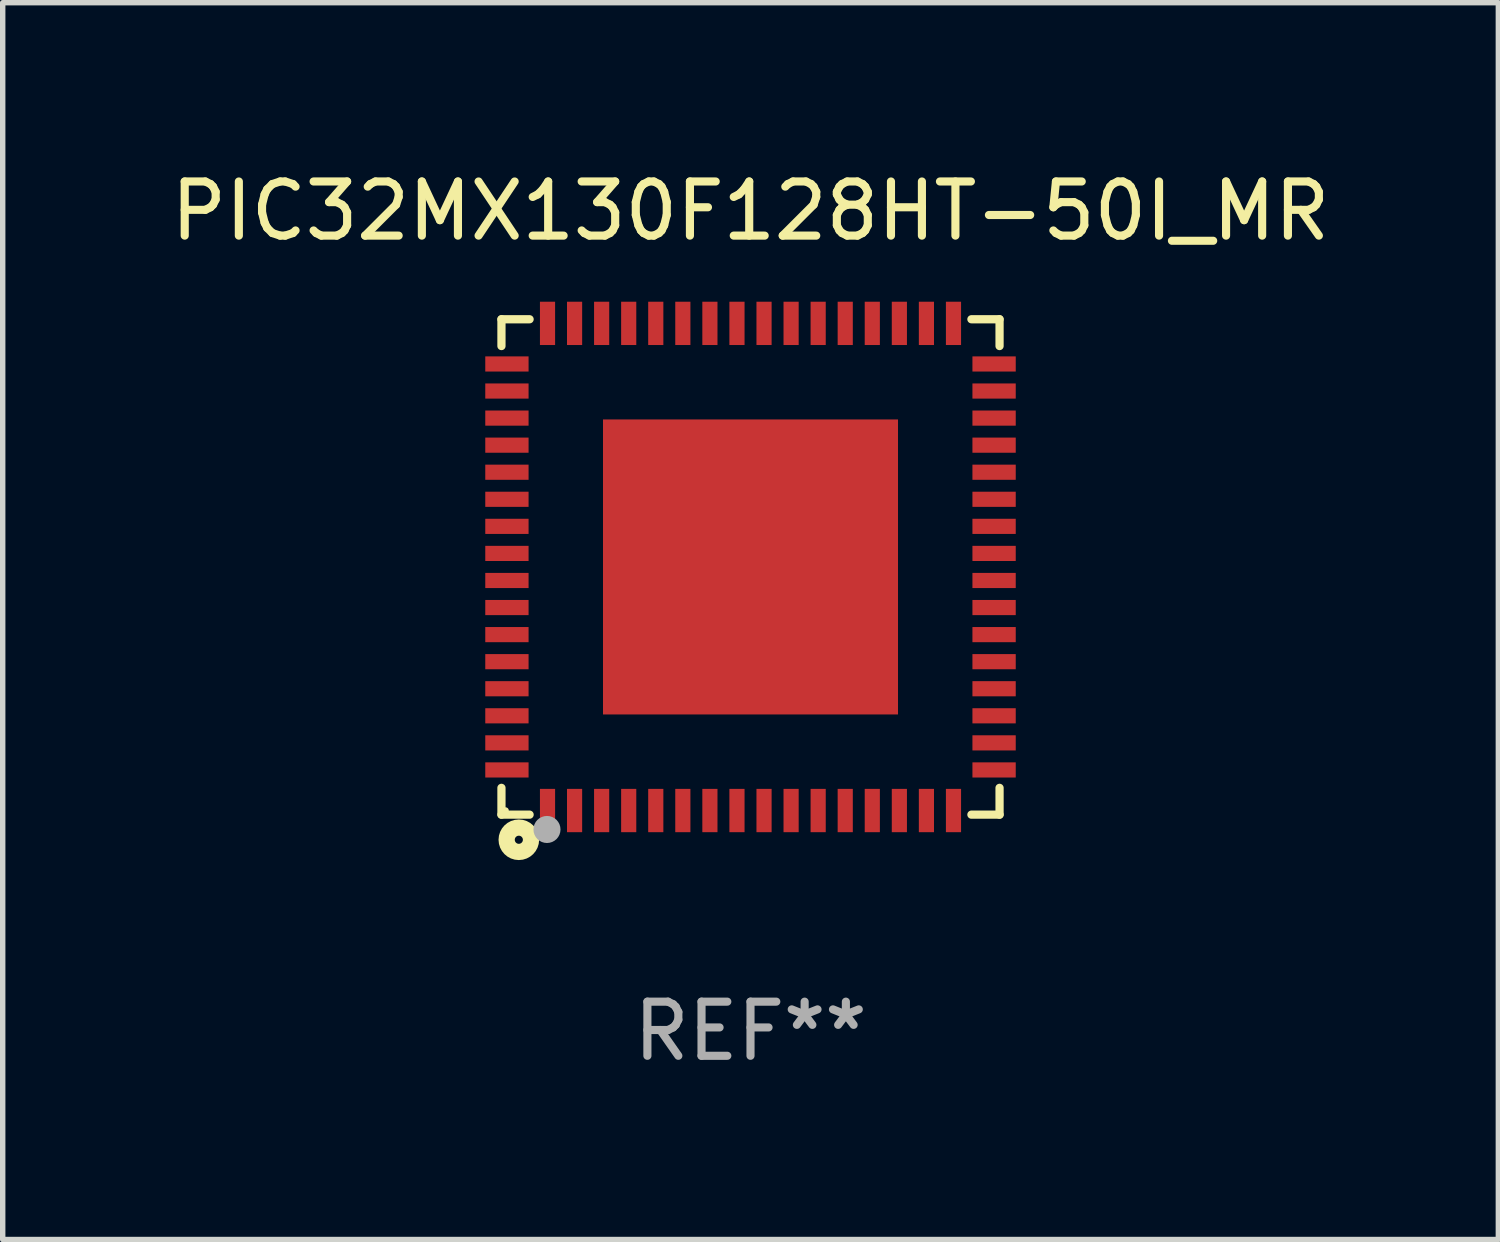
<source format=kicad_pcb>
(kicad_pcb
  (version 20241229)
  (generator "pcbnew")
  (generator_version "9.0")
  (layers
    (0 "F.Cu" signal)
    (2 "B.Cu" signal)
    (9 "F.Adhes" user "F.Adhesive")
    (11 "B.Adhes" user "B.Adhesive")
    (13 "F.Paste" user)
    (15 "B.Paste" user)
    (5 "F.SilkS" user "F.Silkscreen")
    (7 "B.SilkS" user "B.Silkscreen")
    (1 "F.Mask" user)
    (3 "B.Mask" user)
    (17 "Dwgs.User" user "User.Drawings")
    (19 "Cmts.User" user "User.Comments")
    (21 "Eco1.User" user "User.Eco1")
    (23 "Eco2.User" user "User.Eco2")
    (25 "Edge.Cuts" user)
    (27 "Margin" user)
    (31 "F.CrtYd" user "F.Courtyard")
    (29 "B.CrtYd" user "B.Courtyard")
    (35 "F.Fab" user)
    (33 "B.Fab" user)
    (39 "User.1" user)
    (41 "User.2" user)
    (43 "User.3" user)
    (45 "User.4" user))
  (footprint "PIC32MX130F128HT-50I_MR"
    (layer "F.Cu")
    (at 10.815 7.424)
    (property "Reference" "PIC32MX130F128HT-50I_MR" (at 0 -6.576 0) (layer "F.SilkS") (effects (font (size 1 1) (thickness 0.15))))
    (attr through_hole)
    (fp_line (start -4.601 -4.576) (end -4.081 -4.576) (stroke (width 0.152) (type solid)) (layer "F.SilkS"))
    (fp_line (start -4.601 -4.081) (end -4.601 -4.576) (stroke (width 0.152) (type solid)) (layer "F.SilkS"))
    (fp_line (start -4.601 4.081) (end -4.601 4.576) (stroke (width 0.152) (type solid)) (layer "F.SilkS"))
    (fp_line (start -4.601 4.576) (end -4.081 4.576) (stroke (width 0.152) (type solid)) (layer "F.SilkS"))
    (fp_line (start 4.601 -4.576) (end 4.081 -4.576) (stroke (width 0.152) (type solid)) (layer "F.SilkS"))
    (fp_line (start 4.601 -4.081) (end 4.601 -4.576) (stroke (width 0.152) (type solid)) (layer "F.SilkS"))
    (fp_line (start 4.601 4.081) (end 4.601 4.576) (stroke (width 0.152) (type solid)) (layer "F.SilkS"))
    (fp_line (start 4.601 4.576) (end 4.081 4.576) (stroke (width 0.152) (type solid)) (layer "F.SilkS"))
    (fp_circle (center -4.525 4.5) (end -4.495 4.5) (stroke (width 0.06) (type solid)) (fill no) (layer "F.SilkS"))
    (fp_circle (center -4.28 5.04) (end -4.205 5.04) (stroke (width 0.3) (type solid)) (fill no) (layer "F.SilkS"))
    (fp_circle (center -3.76 4.85) (end -3.635 4.85) (stroke (width 0.25) (type solid)) (fill no) (layer "F.Fab"))
    (fp_text user "REF**" (at 0 8.576 0) (layer "F.Fab") (effects (font (size 1 1) (thickness 0.15))))
    (pad "1" smd rect (at -3.75 4.5) (size 0.28 0.8) (layers "F.Cu" "F.Mask" "F.Paste"))
    (pad "2" smd rect (at -3.25 4.5) (size 0.28 0.8) (layers "F.Cu" "F.Mask" "F.Paste"))
    (pad "3" smd rect (at -2.75 4.5) (size 0.28 0.8) (layers "F.Cu" "F.Mask" "F.Paste"))
    (pad "4" smd rect (at -2.25 4.5) (size 0.28 0.8) (layers "F.Cu" "F.Mask" "F.Paste"))
    (pad "5" smd rect (at -1.75 4.5) (size 0.28 0.8) (layers "F.Cu" "F.Mask" "F.Paste"))
    (pad "6" smd rect (at -1.25 4.5) (size 0.28 0.8) (layers "F.Cu" "F.Mask" "F.Paste"))
    (pad "7" smd rect (at -0.75 4.5) (size 0.28 0.8) (layers "F.Cu" "F.Mask" "F.Paste"))
    (pad "8" smd rect (at -0.25 4.5) (size 0.28 0.8) (layers "F.Cu" "F.Mask" "F.Paste"))
    (pad "9" smd rect (at 0.25 4.5) (size 0.28 0.8) (layers "F.Cu" "F.Mask" "F.Paste"))
    (pad "10" smd rect (at 0.75 4.5) (size 0.28 0.8) (layers "F.Cu" "F.Mask" "F.Paste"))
    (pad "11" smd rect (at 1.25 4.5) (size 0.28 0.8) (layers "F.Cu" "F.Mask" "F.Paste"))
    (pad "12" smd rect (at 1.75 4.5) (size 0.28 0.8) (layers "F.Cu" "F.Mask" "F.Paste"))
    (pad "13" smd rect (at 2.25 4.5) (size 0.28 0.8) (layers "F.Cu" "F.Mask" "F.Paste"))
    (pad "14" smd rect (at 2.75 4.5) (size 0.28 0.8) (layers "F.Cu" "F.Mask" "F.Paste"))
    (pad "15" smd rect (at 3.25 4.5) (size 0.28 0.8) (layers "F.Cu" "F.Mask" "F.Paste"))
    (pad "16" smd rect (at 3.75 4.5) (size 0.28 0.8) (layers "F.Cu" "F.Mask" "F.Paste"))
    (pad "17" smd rect (at 4.5 3.75) (size 0.8 0.28) (layers "F.Cu" "F.Mask" "F.Paste"))
    (pad "18" smd rect (at 4.5 3.25) (size 0.8 0.28) (layers "F.Cu" "F.Mask" "F.Paste"))
    (pad "19" smd rect (at 4.5 2.75) (size 0.8 0.28) (layers "F.Cu" "F.Mask" "F.Paste"))
    (pad "20" smd rect (at 4.5 2.25) (size 0.8 0.28) (layers "F.Cu" "F.Mask" "F.Paste"))
    (pad "21" smd rect (at 4.5 1.75) (size 0.8 0.28) (layers "F.Cu" "F.Mask" "F.Paste"))
    (pad "22" smd rect (at 4.5 1.25) (size 0.8 0.28) (layers "F.Cu" "F.Mask" "F.Paste"))
    (pad "23" smd rect (at 4.5 0.75) (size 0.8 0.28) (layers "F.Cu" "F.Mask" "F.Paste"))
    (pad "24" smd rect (at 4.5 0.25) (size 0.8 0.28) (layers "F.Cu" "F.Mask" "F.Paste"))
    (pad "25" smd rect (at 4.5 -0.25) (size 0.8 0.28) (layers "F.Cu" "F.Mask" "F.Paste"))
    (pad "26" smd rect (at 4.5 -0.75) (size 0.8 0.28) (layers "F.Cu" "F.Mask" "F.Paste"))
    (pad "27" smd rect (at 4.5 -1.25) (size 0.8 0.28) (layers "F.Cu" "F.Mask" "F.Paste"))
    (pad "28" smd rect (at 4.5 -1.75) (size 0.8 0.28) (layers "F.Cu" "F.Mask" "F.Paste"))
    (pad "29" smd rect (at 4.5 -2.25) (size 0.8 0.28) (layers "F.Cu" "F.Mask" "F.Paste"))
    (pad "30" smd rect (at 4.5 -2.75) (size 0.8 0.28) (layers "F.Cu" "F.Mask" "F.Paste"))
    (pad "31" smd rect (at 4.5 -3.25) (size 0.8 0.28) (layers "F.Cu" "F.Mask" "F.Paste"))
    (pad "32" smd rect (at 4.5 -3.75) (size 0.8 0.28) (layers "F.Cu" "F.Mask" "F.Paste"))
    (pad "33" smd rect (at 3.75 -4.5) (size 0.28 0.8) (layers "F.Cu" "F.Mask" "F.Paste"))
    (pad "34" smd rect (at 3.25 -4.5) (size 0.28 0.8) (layers "F.Cu" "F.Mask" "F.Paste"))
    (pad "35" smd rect (at 2.75 -4.5) (size 0.28 0.8) (layers "F.Cu" "F.Mask" "F.Paste"))
    (pad "36" smd rect (at 2.25 -4.5) (size 0.28 0.8) (layers "F.Cu" "F.Mask" "F.Paste"))
    (pad "37" smd rect (at 1.75 -4.5) (size 0.28 0.8) (layers "F.Cu" "F.Mask" "F.Paste"))
    (pad "38" smd rect (at 1.25 -4.5) (size 0.28 0.8) (layers "F.Cu" "F.Mask" "F.Paste"))
    (pad "39" smd rect (at 0.75 -4.5) (size 0.28 0.8) (layers "F.Cu" "F.Mask" "F.Paste"))
    (pad "40" smd rect (at 0.25 -4.5) (size 0.28 0.8) (layers "F.Cu" "F.Mask" "F.Paste"))
    (pad "41" smd rect (at -0.25 -4.5) (size 0.28 0.8) (layers "F.Cu" "F.Mask" "F.Paste"))
    (pad "42" smd rect (at -0.75 -4.5) (size 0.28 0.8) (layers "F.Cu" "F.Mask" "F.Paste"))
    (pad "43" smd rect (at -1.25 -4.5) (size 0.28 0.8) (layers "F.Cu" "F.Mask" "F.Paste"))
    (pad "44" smd rect (at -1.75 -4.5) (size 0.28 0.8) (layers "F.Cu" "F.Mask" "F.Paste"))
    (pad "45" smd rect (at -2.25 -4.5) (size 0.28 0.8) (layers "F.Cu" "F.Mask" "F.Paste"))
    (pad "46" smd rect (at -2.75 -4.5) (size 0.28 0.8) (layers "F.Cu" "F.Mask" "F.Paste"))
    (pad "47" smd rect (at -3.25 -4.5) (size 0.28 0.8) (layers "F.Cu" "F.Mask" "F.Paste"))
    (pad "48" smd rect (at -3.75 -4.5) (size 0.28 0.8) (layers "F.Cu" "F.Mask" "F.Paste"))
    (pad "49" smd rect (at -4.5 -3.75) (size 0.8 0.28) (layers "F.Cu" "F.Mask" "F.Paste"))
    (pad "50" smd rect (at -4.5 -3.25) (size 0.8 0.28) (layers "F.Cu" "F.Mask" "F.Paste"))
    (pad "51" smd rect (at -4.5 -2.75) (size 0.8 0.28) (layers "F.Cu" "F.Mask" "F.Paste"))
    (pad "52" smd rect (at -4.5 -2.25) (size 0.8 0.28) (layers "F.Cu" "F.Mask" "F.Paste"))
    (pad "53" smd rect (at -4.5 -1.75) (size 0.8 0.28) (layers "F.Cu" "F.Mask" "F.Paste"))
    (pad "54" smd rect (at -4.5 -1.25) (size 0.8 0.28) (layers "F.Cu" "F.Mask" "F.Paste"))
    (pad "55" smd rect (at -4.5 -0.75) (size 0.8 0.28) (layers "F.Cu" "F.Mask" "F.Paste"))
    (pad "56" smd rect (at -4.5 -0.25) (size 0.8 0.28) (layers "F.Cu" "F.Mask" "F.Paste"))
    (pad "57" smd rect (at -4.5 0.25) (size 0.8 0.28) (layers "F.Cu" "F.Mask" "F.Paste"))
    (pad "58" smd rect (at -4.5 0.75) (size 0.8 0.28) (layers "F.Cu" "F.Mask" "F.Paste"))
    (pad "59" smd rect (at -4.5 1.25) (size 0.8 0.28) (layers "F.Cu" "F.Mask" "F.Paste"))
    (pad "60" smd rect (at -4.5 1.75) (size 0.8 0.28) (layers "F.Cu" "F.Mask" "F.Paste"))
    (pad "61" smd rect (at -4.5 2.25) (size 0.8 0.28) (layers "F.Cu" "F.Mask" "F.Paste"))
    (pad "62" smd rect (at -4.5 2.75) (size 0.8 0.28) (layers "F.Cu" "F.Mask" "F.Paste"))
    (pad "63" smd rect (at -4.5 3.25) (size 0.8 0.28) (layers "F.Cu" "F.Mask" "F.Paste"))
    (pad "64" smd rect (at -4.5 3.75) (size 0.8 0.28) (layers "F.Cu" "F.Mask" "F.Paste"))
    (pad "65" smd rect (at 0 0) (size 5.45 5.45) (layers "F.Cu" "F.Mask" "F.Paste")))
  (gr_rect
    (start -3 -3)
    (end 24.631 19.849)
    (stroke (width 0.1) (type default))
    (fill no)
    (layer "Edge.Cuts")))
</source>
